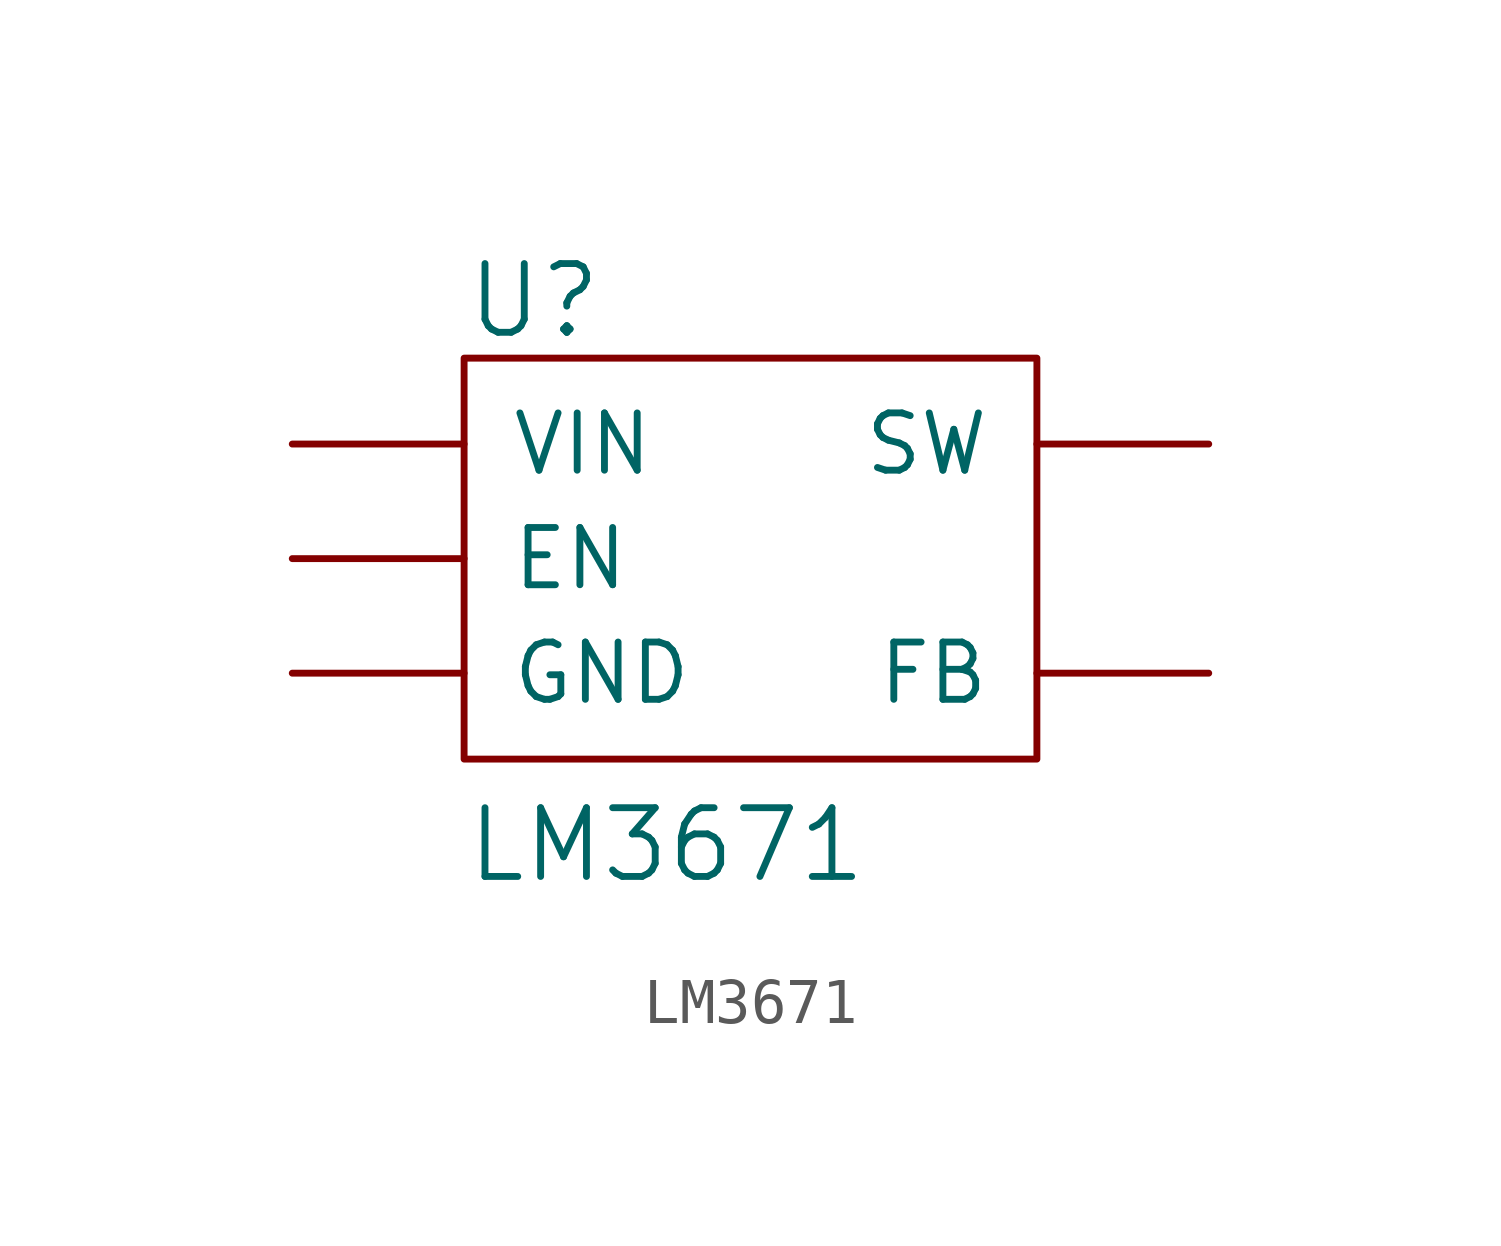
<source format=kicad_sym>
(kicad_symbol_lib
  (version 20211014)
  (generator kicad_symbol_editor)
  (symbol "LM3671"
    (pin_numbers hide)
    (pin_names
      (offset 1.016))
    (property "Reference" "U"
      (at -6.35 5.715 0)
      (effects (font (size 1.524 1.524)) (justify left)))
    (property "Value" "LM3671"
      (at -6.35 -6.35 0)
      (effects (font (size 1.524 1.524)) (justify left)))
    (symbol "LM3671_0_1"
      (rectangle (start -6.35 4.445) (end 6.35 -4.445) (stroke (width 0) (type default) (color 0 0 0 0)) (fill (type none))))
    (symbol "LM3671_1_1"
      (pin power_in line (at -10.16 2.54 0) (length 3.81) (name "VIN" (effects (font (size 1.27 1.27)))) (number "1" (effects (font (size 1.27 1.27)))))
      (pin power_in line (at -10.16 -2.54 0) (length 3.81) (name "GND" (effects (font (size 1.27 1.27)))) (number "2" (effects (font (size 1.27 1.27)))))
      (pin input line (at -10.16 0 0) (length 3.81) (name "EN" (effects (font (size 1.27 1.27)))) (number "3" (effects (font (size 1.27 1.27)))))
      (pin passive line (at 10.16 -2.54 180) (length 3.81) (name "FB" (effects (font (size 1.27 1.27)))) (number "4" (effects (font (size 1.27 1.27)))))
      (pin passive line (at 10.16 2.54 180) (length 3.81) (name "SW" (effects (font (size 1.27 1.27)))) (number "5" (effects (font (size 1.27 1.27))))))))
</source>
